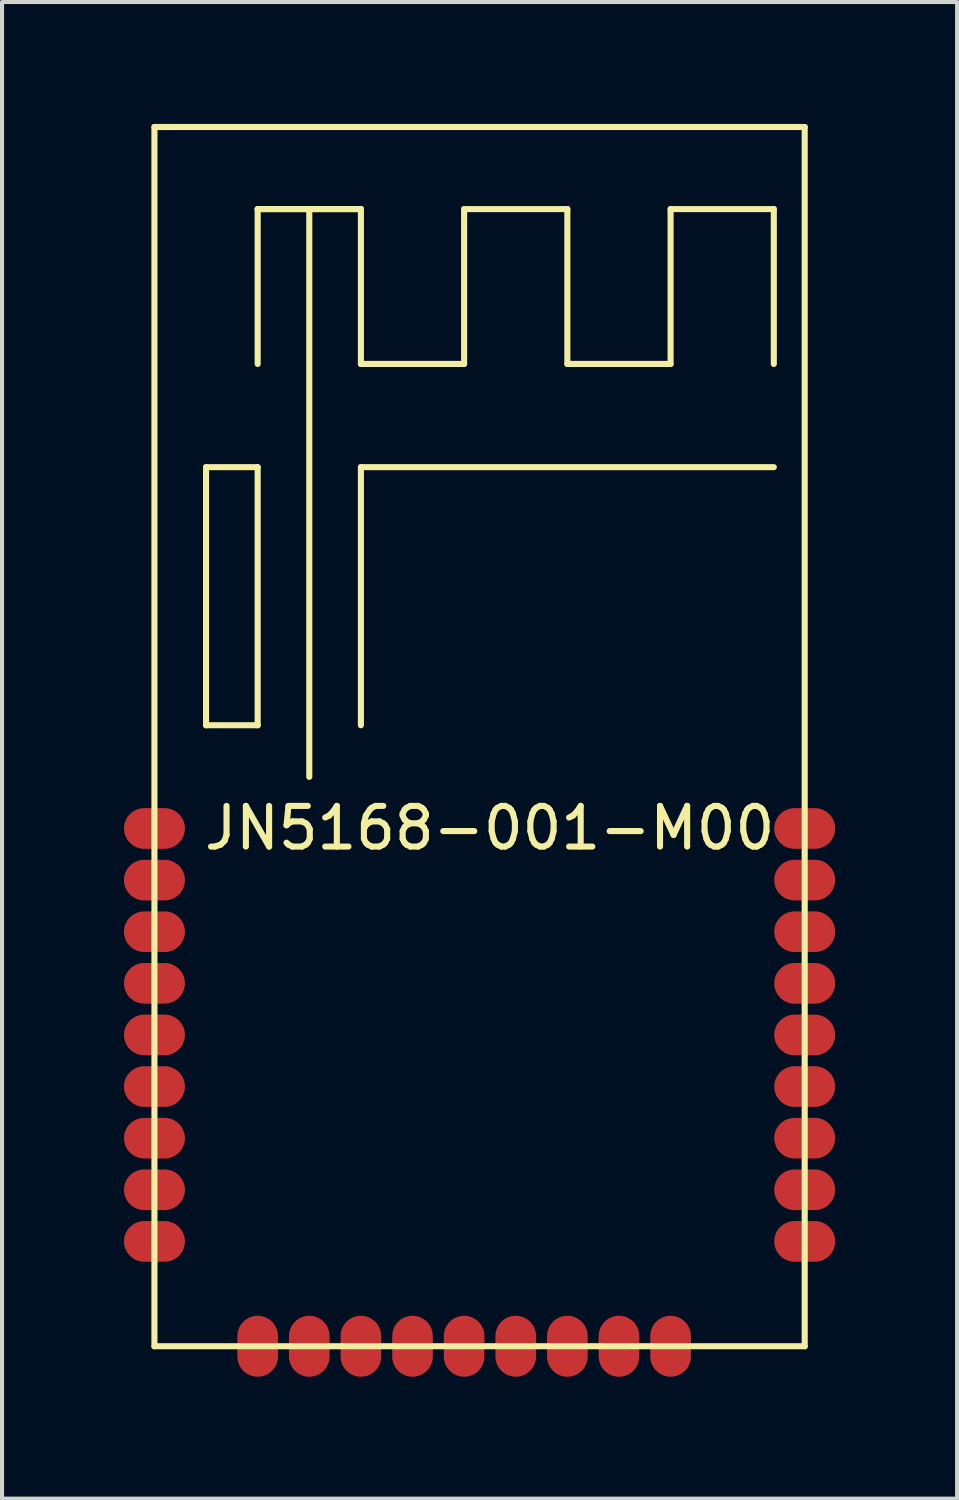
<source format=kicad_pcb>
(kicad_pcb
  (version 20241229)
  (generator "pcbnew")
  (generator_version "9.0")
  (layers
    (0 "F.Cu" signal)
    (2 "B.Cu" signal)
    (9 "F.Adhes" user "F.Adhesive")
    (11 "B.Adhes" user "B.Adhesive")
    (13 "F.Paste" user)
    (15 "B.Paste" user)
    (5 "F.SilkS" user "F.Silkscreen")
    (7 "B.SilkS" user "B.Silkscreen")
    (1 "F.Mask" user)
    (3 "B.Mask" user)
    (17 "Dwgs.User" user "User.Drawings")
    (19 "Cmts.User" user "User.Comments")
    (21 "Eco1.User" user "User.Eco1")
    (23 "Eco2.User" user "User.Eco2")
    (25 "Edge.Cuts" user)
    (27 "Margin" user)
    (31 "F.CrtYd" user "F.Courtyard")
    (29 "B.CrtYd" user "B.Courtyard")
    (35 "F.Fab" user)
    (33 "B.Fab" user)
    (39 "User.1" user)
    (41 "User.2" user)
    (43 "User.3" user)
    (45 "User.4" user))
  (footprint "JN5168-001-M00"
    (layer "F.Cu")
    (at 8.75 15.075)
    (property "Reference" "JN5168-001-M00" (at 0.25 2.25 0) (layer "F.SilkS") (effects (font (size 1 1) (thickness 0.15))))
    (attr through_hole)
    (fp_line (start -8 -15) (end -8 15) (stroke (width 0.15) (type solid)) (layer "F.SilkS"))
    (fp_line (start -8 15) (end 8 15) (stroke (width 0.15) (type solid)) (layer "F.SilkS"))
    (fp_line (start -6.73 -6.63) (end -5.46 -6.63) (stroke (width 0.15) (type solid)) (layer "F.SilkS"))
    (fp_line (start -6.73 -0.28) (end -6.73 -6.63) (stroke (width 0.15) (type solid)) (layer "F.SilkS"))
    (fp_line (start -5.46 -12.98) (end -5.46 -9.17) (stroke (width 0.15) (type solid)) (layer "F.SilkS"))
    (fp_line (start -5.46 -12.98) (end -2.92 -12.98) (stroke (width 0.15) (type solid)) (layer "F.SilkS"))
    (fp_line (start -5.46 -6.63) (end -5.46 -0.28) (stroke (width 0.15) (type solid)) (layer "F.SilkS"))
    (fp_line (start -5.46 -0.28) (end -6.73 -0.28) (stroke (width 0.15) (type solid)) (layer "F.SilkS"))
    (fp_line (start -4.19 0.99) (end -4.19 -12.98) (stroke (width 0.15) (type solid)) (layer "F.SilkS"))
    (fp_line (start -2.92 -12.98) (end -5.46 -12.98) (stroke (width 0.15) (type solid)) (layer "F.SilkS"))
    (fp_line (start -2.92 -12.98) (end -2.92 -9.17) (stroke (width 0.15) (type solid)) (layer "F.SilkS"))
    (fp_line (start -2.92 -9.17) (end -0.38 -9.17) (stroke (width 0.15) (type solid)) (layer "F.SilkS"))
    (fp_line (start -2.92 -6.63) (end -2.92 -0.28) (stroke (width 0.15) (type solid)) (layer "F.SilkS"))
    (fp_line (start -2.92 -6.63) (end 7.24 -6.63) (stroke (width 0.15) (type solid)) (layer "F.SilkS"))
    (fp_line (start -0.38 -12.98) (end 2.16 -12.98) (stroke (width 0.15) (type solid)) (layer "F.SilkS"))
    (fp_line (start -0.38 -9.17) (end -0.38 -12.98) (stroke (width 0.15) (type solid)) (layer "F.SilkS"))
    (fp_line (start 2.16 -12.98) (end 2.16 -9.17) (stroke (width 0.15) (type solid)) (layer "F.SilkS"))
    (fp_line (start 2.16 -9.17) (end 4.7 -9.17) (stroke (width 0.15) (type solid)) (layer "F.SilkS"))
    (fp_line (start 4.7 -12.98) (end 7.24 -12.98) (stroke (width 0.15) (type solid)) (layer "F.SilkS"))
    (fp_line (start 4.7 -9.17) (end 4.7 -12.98) (stroke (width 0.15) (type solid)) (layer "F.SilkS"))
    (fp_line (start 7.24 -12.98) (end 7.24 -9.17) (stroke (width 0.15) (type solid)) (layer "F.SilkS"))
    (fp_line (start 8 -15) (end -8 -15) (stroke (width 0.15) (type solid)) (layer "F.SilkS"))
    (fp_line (start 8 15) (end 8 -15) (stroke (width 0.15) (type solid)) (layer "F.SilkS"))
    (pad "1" smd oval (at -8 2.26 90) (size 1 1.5) (layers "F.Cu" "F.Mask" "F.Paste"))
    (pad "2" smd oval (at -8 3.53 90) (size 1 1.5) (layers "F.Cu" "F.Mask" "F.Paste"))
    (pad "3" smd oval (at -8 4.8 90) (size 1 1.5) (layers "F.Cu" "F.Mask" "F.Paste"))
    (pad "4" smd oval (at -8 6.07 90) (size 1 1.5) (layers "F.Cu" "F.Mask" "F.Paste"))
    (pad "5" smd oval (at -8 7.34 90) (size 1 1.5) (layers "F.Cu" "F.Mask" "F.Paste"))
    (pad "6" smd oval (at -8 8.61 90) (size 1 1.5) (layers "F.Cu" "F.Mask" "F.Paste"))
    (pad "7" smd oval (at -8 9.88 90) (size 1 1.5) (layers "F.Cu" "F.Mask" "F.Paste"))
    (pad "8" smd oval (at -8 11.15 90) (size 1 1.5) (layers "F.Cu" "F.Mask" "F.Paste"))
    (pad "9" smd oval (at -8 12.42 90) (size 1 1.5) (layers "F.Cu" "F.Mask" "F.Paste"))
    (pad "10" smd oval (at -5.46 15) (size 1 1.5) (layers "F.Cu" "F.Mask" "F.Paste"))
    (pad "11" smd oval (at -4.19 15) (size 1 1.5) (layers "F.Cu" "F.Mask" "F.Paste"))
    (pad "12" smd oval (at -2.92 15) (size 1 1.5) (layers "F.Cu" "F.Mask" "F.Paste"))
    (pad "13" smd oval (at -1.65 15) (size 1 1.5) (layers "F.Cu" "F.Mask" "F.Paste"))
    (pad "14" smd oval (at -0.38 15) (size 1 1.5) (layers "F.Cu" "F.Mask" "F.Paste"))
    (pad "15" smd oval (at 0.89 15) (size 1 1.5) (layers "F.Cu" "F.Mask" "F.Paste"))
    (pad "16" smd oval (at 2.16 15) (size 1 1.5) (layers "F.Cu" "F.Mask" "F.Paste"))
    (pad "17" smd oval (at 3.43 15) (size 1 1.5) (layers "F.Cu" "F.Mask" "F.Paste"))
    (pad "18" smd oval (at 4.7 15) (size 1 1.5) (layers "F.Cu" "F.Mask" "F.Paste"))
    (pad "19" smd oval (at 8 12.42 90) (size 1 1.5) (layers "F.Cu" "F.Mask" "F.Paste"))
    (pad "20" smd oval (at 8 11.15 90) (size 1 1.5) (layers "F.Cu" "F.Mask" "F.Paste"))
    (pad "21" smd oval (at 8 9.88 90) (size 1 1.5) (layers "F.Cu" "F.Mask" "F.Paste"))
    (pad "22" smd oval (at 8 8.61 90) (size 1 1.5) (layers "F.Cu" "F.Mask" "F.Paste"))
    (pad "23" smd oval (at 8 7.34 90) (size 1 1.5) (layers "F.Cu" "F.Mask" "F.Paste"))
    (pad "24" smd oval (at 8 6.07 90) (size 1 1.5) (layers "F.Cu" "F.Mask" "F.Paste"))
    (pad "25" smd oval (at 8 4.8 90) (size 1 1.5) (layers "F.Cu" "F.Mask" "F.Paste"))
    (pad "26" smd oval (at 8 3.53 90) (size 1 1.5) (layers "F.Cu" "F.Mask" "F.Paste"))
    (pad "27" smd oval (at 8 2.26 90) (size 1 1.5) (layers "F.Cu" "F.Mask" "F.Paste")))
  (gr_rect
    (start -3 -3)
    (end 20.5 33.825)
    (stroke (width 0.1) (type default))
    (fill no)
    (layer "Edge.Cuts")))
</source>
